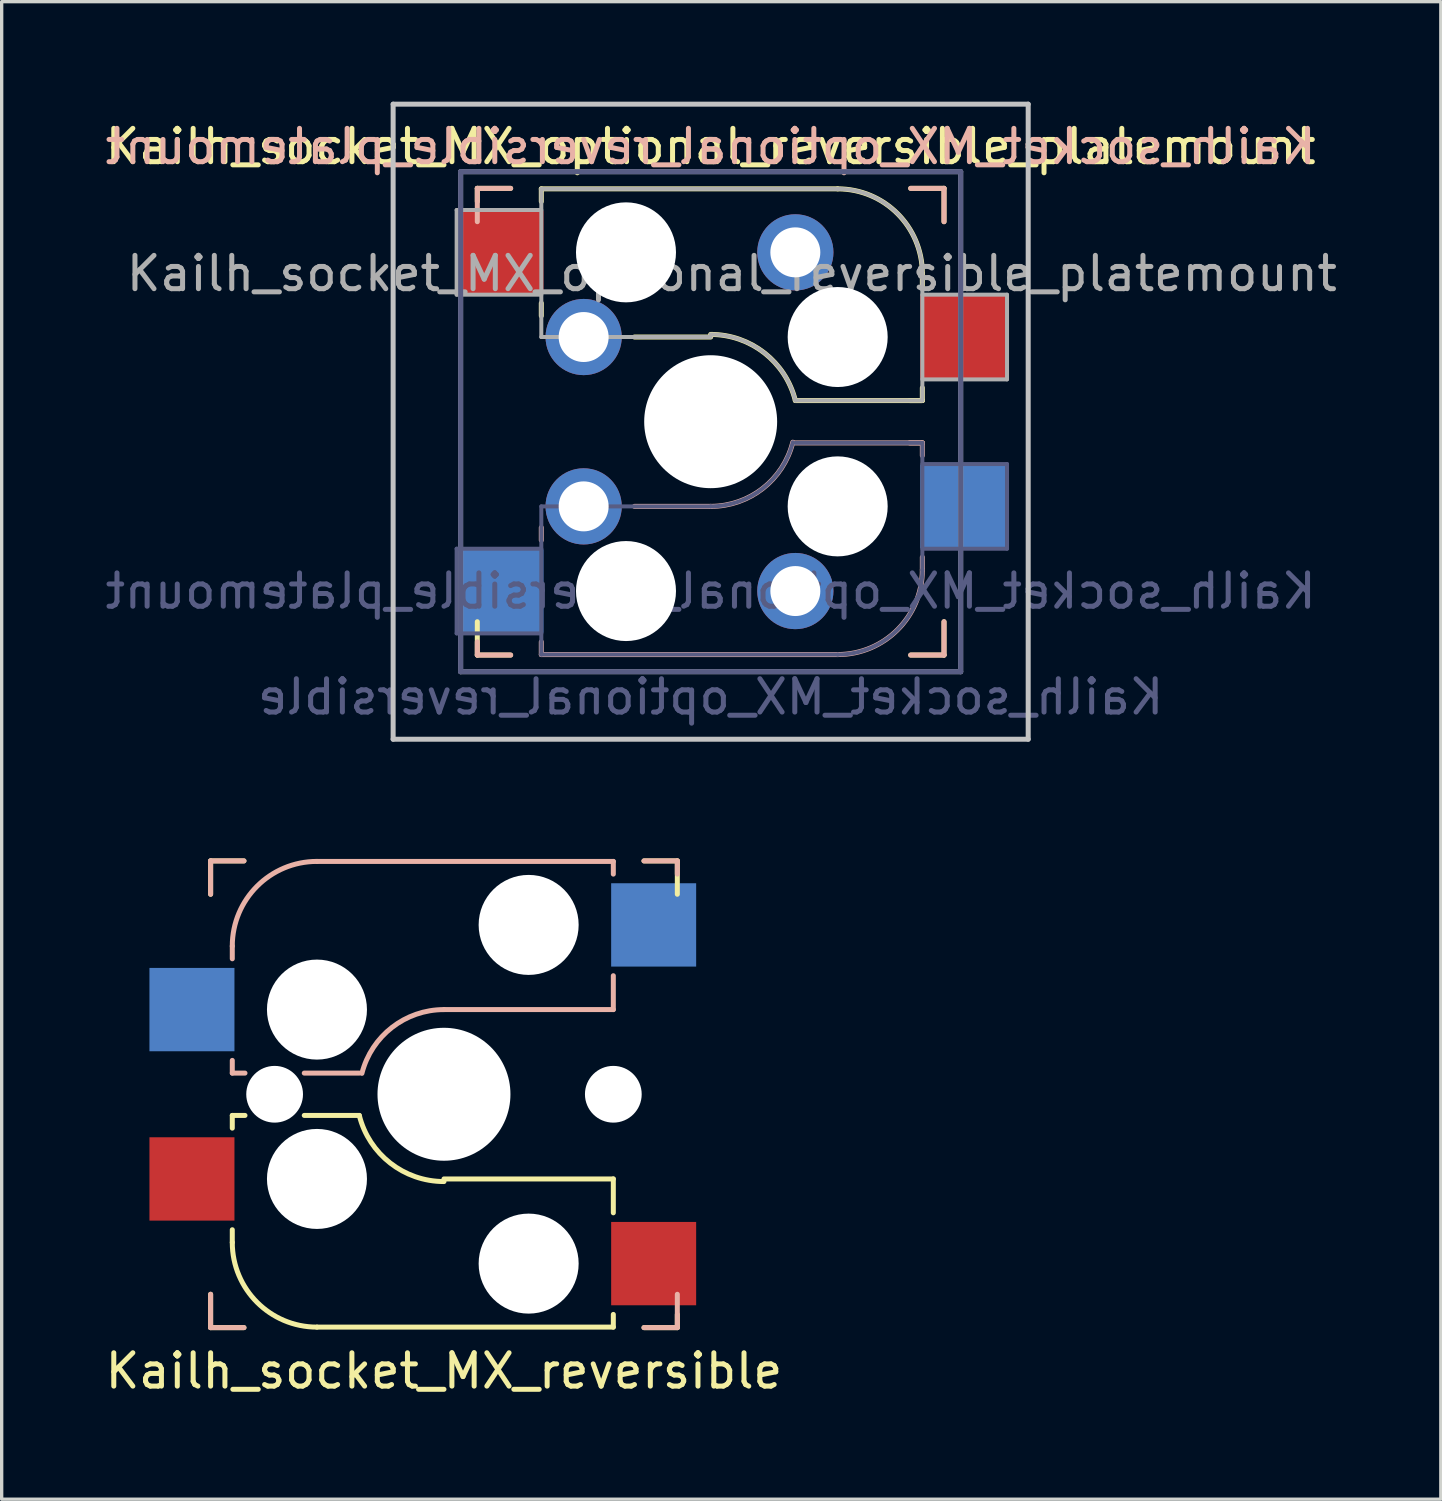
<source format=kicad_pcb>
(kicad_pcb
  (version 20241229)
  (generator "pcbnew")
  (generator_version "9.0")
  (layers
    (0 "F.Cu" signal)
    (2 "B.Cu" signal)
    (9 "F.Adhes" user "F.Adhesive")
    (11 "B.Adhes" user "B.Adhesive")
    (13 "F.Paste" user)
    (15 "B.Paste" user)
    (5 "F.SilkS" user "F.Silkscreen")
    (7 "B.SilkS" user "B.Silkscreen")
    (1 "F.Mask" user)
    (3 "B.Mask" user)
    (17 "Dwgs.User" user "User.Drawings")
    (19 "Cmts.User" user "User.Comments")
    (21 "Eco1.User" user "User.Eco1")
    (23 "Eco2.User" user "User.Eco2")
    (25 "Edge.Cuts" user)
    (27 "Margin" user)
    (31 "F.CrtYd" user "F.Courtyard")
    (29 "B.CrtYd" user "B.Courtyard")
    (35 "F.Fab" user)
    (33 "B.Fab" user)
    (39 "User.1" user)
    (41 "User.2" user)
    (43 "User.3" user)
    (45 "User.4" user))
  (footprint "Kailh_socket_MX_reversible"
    (layer "F.Cu")
    (at 10.268 29.775)
    (property "Reference" "Kailh_socket_MX_reversible" (at 0 8.3 0) (layer "F.SilkS") (effects (font (size 1 1) (thickness 0.15))))
    (attr through_hole)
    (fp_line (start -7 -7) (end -6 -7) (stroke (width 0.15) (type solid)) (layer "F.SilkS"))
    (fp_line (start -7 -6) (end -7 -7) (stroke (width 0.15) (type solid)) (layer "F.SilkS"))
    (fp_line (start -7 7) (end -7 6) (stroke (width 0.15) (type solid)) (layer "F.SilkS"))
    (fp_line (start -6.35 0.635) (end -5.969 0.635) (stroke (width 0.15) (type solid)) (layer "F.SilkS"))
    (fp_line (start -6.35 1.016) (end -6.35 0.635) (stroke (width 0.15) (type solid)) (layer "F.SilkS"))
    (fp_line (start -6.35 4.445) (end -6.35 4.064) (stroke (width 0.15) (type solid)) (layer "F.SilkS"))
    (fp_line (start -6 7) (end -7 7) (stroke (width 0.15) (type solid)) (layer "F.SilkS"))
    (fp_line (start -4.191 0.635) (end -2.54 0.635) (stroke (width 0.15) (type solid)) (layer "F.SilkS"))
    (fp_line (start 0 2.54) (end 5.08 2.54) (stroke (width 0.15) (type solid)) (layer "F.SilkS"))
    (fp_line (start 5.08 2.54) (end 5.08 3.556) (stroke (width 0.15) (type solid)) (layer "F.SilkS"))
    (fp_line (start 5.08 6.604) (end 5.08 6.985) (stroke (width 0.15) (type solid)) (layer "F.SilkS"))
    (fp_line (start 5.08 6.985) (end -3.81 6.985) (stroke (width 0.15) (type solid)) (layer "F.SilkS"))
    (fp_line (start 6 -7) (end 7 -7) (stroke (width 0.15) (type solid)) (layer "F.SilkS"))
    (fp_line (start 7 -7) (end 7 -6) (stroke (width 0.15) (type solid)) (layer "F.SilkS"))
    (fp_line (start 7 6.604) (end 7 7) (stroke (width 0.15) (type solid)) (layer "F.SilkS"))
    (fp_line (start 7 7) (end 6 7) (stroke (width 0.15) (type solid)) (layer "F.SilkS"))
    (fp_arc (start -3.81 6.985) (mid -5.606051 6.241051) (end -6.35 4.445) (stroke (width 0.15) (type solid)) (layer "F.SilkS"))
    (fp_arc (start -0.000001 2.618171) (mid -1.611255 2.063656) (end -2.539999 0.634999) (stroke (width 0.15) (type solid)) (layer "F.SilkS"))
    (fp_line (start -7 -7) (end -6 -7) (stroke (width 0.15) (type solid)) (layer "B.SilkS"))
    (fp_line (start -7 -6) (end -7 -7) (stroke (width 0.15) (type solid)) (layer "B.SilkS"))
    (fp_line (start -7 7) (end -7 6) (stroke (width 0.15) (type solid)) (layer "B.SilkS"))
    (fp_line (start -6.35 -4.445) (end -6.35 -4.064) (stroke (width 0.15) (type solid)) (layer "B.SilkS"))
    (fp_line (start -6.35 -1.016) (end -6.35 -0.635) (stroke (width 0.15) (type solid)) (layer "B.SilkS"))
    (fp_line (start -6.35 -0.635) (end -5.969 -0.635) (stroke (width 0.15) (type solid)) (layer "B.SilkS"))
    (fp_line (start -6 7) (end -7 7) (stroke (width 0.15) (type solid)) (layer "B.SilkS"))
    (fp_line (start -4.191 -0.635) (end -2.54 -0.635) (stroke (width 0.15) (type solid)) (layer "B.SilkS"))
    (fp_line (start 0 -2.54) (end 5.08 -2.54) (stroke (width 0.15) (type solid)) (layer "B.SilkS"))
    (fp_line (start 5.08 -6.985) (end -3.81 -6.985) (stroke (width 0.15) (type solid)) (layer "B.SilkS"))
    (fp_line (start 5.08 -6.604) (end 5.08 -6.985) (stroke (width 0.15) (type solid)) (layer "B.SilkS"))
    (fp_line (start 5.08 -2.54) (end 5.08 -3.556) (stroke (width 0.15) (type solid)) (layer "B.SilkS"))
    (fp_line (start 6 -7) (end 7 -7) (stroke (width 0.15) (type solid)) (layer "B.SilkS"))
    (fp_line (start 7 -7) (end 7 -6.604) (stroke (width 0.15) (type solid)) (layer "B.SilkS"))
    (fp_line (start 7 6) (end 7 7) (stroke (width 0.15) (type solid)) (layer "B.SilkS"))
    (fp_line (start 7 7) (end 6 7) (stroke (width 0.15) (type solid)) (layer "B.SilkS"))
    (fp_arc (start -6.35 -4.445) (mid -5.606051 -6.241051) (end -3.81 -6.985) (stroke (width 0.15) (type solid)) (layer "B.SilkS"))
    (fp_arc (start -2.461268 -0.627503) (mid -1.558484 -2.005674) (end 0 -2.54) (stroke (width 0.15) (type solid)) (layer "B.SilkS"))
    (fp_line (start -7.5 -7.5) (end 7.5 -7.5) (stroke (width 0.15) (type solid)) (layer "Eco2.User"))
    (fp_line (start -7.5 7.5) (end -7.5 -7.5) (stroke (width 0.15) (type solid)) (layer "Eco2.User"))
    (fp_line (start -6.9 6.9) (end -6.9 -6.9) (stroke (width 0.15) (type solid)) (layer "Eco2.User"))
    (fp_line (start -6.9 6.9) (end 6.9 6.9) (stroke (width 0.15) (type solid)) (layer "Eco2.User"))
    (fp_line (start 6.9 -6.9) (end -6.9 -6.9) (stroke (width 0.15) (type solid)) (layer "Eco2.User"))
    (fp_line (start 6.9 -6.9) (end 6.9 6.9) (stroke (width 0.15) (type solid)) (layer "Eco2.User"))
    (fp_line (start 7.5 -7.5) (end 7.5 7.5) (stroke (width 0.15) (type solid)) (layer "Eco2.User"))
    (fp_line (start 7.5 7.5) (end -7.5 7.5) (stroke (width 0.15) (type solid)) (layer "Eco2.User"))
    (pad "" np_thru_hole circle (at -5.08 0) (size 1.702 1.702) (drill 1.702) (layers "*.Cu" "*.Mask"))
    (pad "" np_thru_hole circle (at -3.81 -2.54) (size 3 3) (drill 3) (layers "*.Cu" "*.Mask"))
    (pad "" np_thru_hole circle (at -3.81 2.54) (size 3 3) (drill 3) (layers "*.Cu" "*.Mask"))
    (pad "" np_thru_hole circle (at 0 0) (size 3.988 3.988) (drill 3.988) (layers "*.Cu" "*.Mask"))
    (pad "" np_thru_hole circle (at 2.54 -5.08) (size 3 3) (drill 3) (layers "*.Cu" "*.Mask"))
    (pad "" np_thru_hole circle (at 2.54 5.08) (size 3 3) (drill 3) (layers "*.Cu" "*.Mask"))
    (pad "" np_thru_hole circle (at 5.08 0) (size 1.702 1.702) (drill 1.702) (layers "*.Cu" "*.Mask"))
    (pad "1" smd rect (at 6.29 -5.08) (size 2.55 2.5) (layers "B.Cu" "B.Mask" "B.Paste"))
    (pad "1" smd rect (at 6.29 5.08) (size 2.55 2.5) (layers "F.Cu" "F.Mask" "F.Paste"))
    (pad "2" smd rect (at -7.56 -2.54) (size 2.55 2.5) (layers "B.Cu" "B.Mask" "B.Paste"))
    (pad "2" smd rect (at -7.56 2.54) (size 2.55 2.5) (layers "F.Cu" "F.Mask" "F.Paste")))
  (footprint "Kailh_socket_MX_optional_reversible_platemount"
    (layer "F.Cu")
    (at 18.268 9.6)
    (property "Reference" "Kailh_socket_MX_optional_reversible_platemount" (at 0 -8.255 0) (layer "F.SilkS") (effects (font (size 1 1) (thickness 0.15))))
    (property "Value" "Kailh_socket_MX_optional_reversible" (at 0 8.255 0) (layer "F.Fab") (hide yes) (effects (font (size 1 1) (thickness 0.15))))
    (attr smd)
    (fp_line (start -7 -7) (end -6 -7) (stroke (width 0.15) (type solid)) (layer "F.SilkS"))
    (fp_line (start -7 -6.604) (end -7 -7) (stroke (width 0.15) (type solid)) (layer "F.SilkS"))
    (fp_line (start -7 7) (end -7 6) (stroke (width 0.15) (type solid)) (layer "F.SilkS"))
    (fp_line (start -6 7) (end -7 7) (stroke (width 0.15) (type solid)) (layer "F.SilkS"))
    (fp_line (start -5.08 -6.985) (end -5.08 -6.604) (stroke (width 0.15) (type solid)) (layer "F.SilkS"))
    (fp_line (start -5.08 -3.556) (end -5.08 -3.175) (stroke (width 0.15) (type solid)) (layer "F.SilkS"))
    (fp_line (start -2.286 -2.54) (end 0 -2.54) (stroke (width 0.15) (type solid)) (layer "F.SilkS"))
    (fp_line (start 2.54 -0.635) (end 6.35 -0.635) (stroke (width 0.15) (type solid)) (layer "F.SilkS"))
    (fp_line (start 3.81 -6.985) (end -5.08 -6.985) (stroke (width 0.15) (type solid)) (layer "F.SilkS"))
    (fp_line (start 5.969 -0.635) (end 6.35 -0.635) (stroke (width 0.15) (type solid)) (layer "F.SilkS"))
    (fp_line (start 6 -7) (end 7 -7) (stroke (width 0.15) (type solid)) (layer "F.SilkS"))
    (fp_line (start 6.35 -4.445) (end 6.35 -4.064) (stroke (width 0.15) (type solid)) (layer "F.SilkS"))
    (fp_line (start 6.35 -0.635) (end 6.35 -1.016) (stroke (width 0.15) (type solid)) (layer "F.SilkS"))
    (fp_line (start 7 -7) (end 7 -6) (stroke (width 0.15) (type solid)) (layer "F.SilkS"))
    (fp_line (start 7 6) (end 7 7) (stroke (width 0.15) (type solid)) (layer "F.SilkS"))
    (fp_line (start 7 7) (end 6 7) (stroke (width 0.15) (type solid)) (layer "F.SilkS"))
    (fp_arc (start 0.000001 -2.618171) (mid 1.611255 -2.063656) (end 2.539999 -0.634999) (stroke (width 0.15) (type solid)) (layer "F.SilkS"))
    (fp_arc (start 3.81 -6.985) (mid 5.606051 -6.241051) (end 6.35 -4.445) (stroke (width 0.15) (type solid)) (layer "F.SilkS"))
    (fp_line (start -7 -7) (end -6 -7) (stroke (width 0.15) (type solid)) (layer "B.SilkS"))
    (fp_line (start -7 -6) (end -7 -7) (stroke (width 0.15) (type solid)) (layer "B.SilkS"))
    (fp_line (start -7 7) (end -7 6.604) (stroke (width 0.15) (type solid)) (layer "B.SilkS"))
    (fp_line (start -6 7) (end -7 7) (stroke (width 0.15) (type solid)) (layer "B.SilkS"))
    (fp_line (start -5.08 3.175) (end -5.08 3.556) (stroke (width 0.15) (type solid)) (layer "B.SilkS"))
    (fp_line (start -5.08 6.604) (end -5.08 6.985) (stroke (width 0.15) (type solid)) (layer "B.SilkS"))
    (fp_line (start -5.08 6.985) (end 3.81 6.985) (stroke (width 0.15) (type solid)) (layer "B.SilkS"))
    (fp_line (start 0 2.54) (end -2.286 2.54) (stroke (width 0.15) (type solid)) (layer "B.SilkS"))
    (fp_line (start 6 -7) (end 7 -7) (stroke (width 0.15) (type solid)) (layer "B.SilkS"))
    (fp_line (start 6.35 0.635) (end 2.54 0.635) (stroke (width 0.15) (type solid)) (layer "B.SilkS"))
    (fp_line (start 6.35 0.635) (end 5.969 0.635) (stroke (width 0.15) (type solid)) (layer "B.SilkS"))
    (fp_line (start 6.35 1.016) (end 6.35 0.635) (stroke (width 0.15) (type solid)) (layer "B.SilkS"))
    (fp_line (start 6.35 4.445) (end 6.35 4.064) (stroke (width 0.15) (type solid)) (layer "B.SilkS"))
    (fp_line (start 7 -7) (end 7 -6) (stroke (width 0.15) (type solid)) (layer "B.SilkS"))
    (fp_line (start 7 6) (end 7 7) (stroke (width 0.15) (type solid)) (layer "B.SilkS"))
    (fp_line (start 7 7) (end 6 7) (stroke (width 0.15) (type solid)) (layer "B.SilkS"))
    (fp_arc (start 2.464162 0.61604) (mid 1.563147 2.002042) (end 0 2.54) (stroke (width 0.15) (type solid)) (layer "B.SilkS"))
    (fp_arc (start 6.35 4.445) (mid 5.606051 6.241051) (end 3.81 6.985) (stroke (width 0.15) (type solid)) (layer "B.SilkS"))
    (fp_line (start -9.525 -9.525) (end 9.525 -9.525) (stroke (width 0.15) (type solid)) (layer "Dwgs.User"))
    (fp_line (start -9.525 9.525) (end -9.525 -9.525) (stroke (width 0.15) (type solid)) (layer "Dwgs.User"))
    (fp_line (start 9.525 -9.525) (end 9.525 9.525) (stroke (width 0.15) (type solid)) (layer "Dwgs.User"))
    (fp_line (start 9.525 9.525) (end -9.525 9.525) (stroke (width 0.15) (type solid)) (layer "Dwgs.User"))
    (fp_line (start -6.9 6.9) (end -6.9 -6.9) (stroke (width 0.15) (type solid)) (layer "Eco2.User"))
    (fp_line (start -6.9 6.9) (end 6.9 6.9) (stroke (width 0.15) (type solid)) (layer "Eco2.User"))
    (fp_line (start 6.9 -6.9) (end -6.9 -6.9) (stroke (width 0.15) (type solid)) (layer "Eco2.User"))
    (fp_line (start 6.9 -6.9) (end 6.9 6.9) (stroke (width 0.15) (type solid)) (layer "Eco2.User"))
    (fp_line (start -7.62 3.81) (end -7.62 6.35) (stroke (width 0.12) (type solid)) (layer "B.Fab"))
    (fp_line (start -7.62 6.35) (end -5.08 6.35) (stroke (width 0.12) (type solid)) (layer "B.Fab"))
    (fp_line (start -7.5 -7.5) (end 7.5 -7.5) (stroke (width 0.15) (type solid)) (layer "B.Fab"))
    (fp_line (start -7.5 7.5) (end -7.5 -7.5) (stroke (width 0.15) (type solid)) (layer "B.Fab"))
    (fp_line (start -5.08 2.54) (end -5.08 6.985) (stroke (width 0.12) (type solid)) (layer "B.Fab"))
    (fp_line (start -5.08 3.81) (end -7.62 3.81) (stroke (width 0.12) (type solid)) (layer "B.Fab"))
    (fp_line (start -5.08 6.985) (end 3.81 6.985) (stroke (width 0.12) (type solid)) (layer "B.Fab"))
    (fp_line (start 0 2.54) (end -5.08 2.54) (stroke (width 0.12) (type solid)) (layer "B.Fab"))
    (fp_line (start 6.35 0.635) (end 2.54 0.635) (stroke (width 0.12) (type solid)) (layer "B.Fab"))
    (fp_line (start 6.35 3.81) (end 8.89 3.81) (stroke (width 0.12) (type solid)) (layer "B.Fab"))
    (fp_line (start 6.35 4.445) (end 6.35 0.635) (stroke (width 0.12) (type solid)) (layer "B.Fab"))
    (fp_line (start 7.5 -7.5) (end 7.5 7.5) (stroke (width 0.15) (type solid)) (layer "B.Fab"))
    (fp_line (start 7.5 7.5) (end -7.5 7.5) (stroke (width 0.15) (type solid)) (layer "B.Fab"))
    (fp_line (start 8.89 1.27) (end 6.35 1.27) (stroke (width 0.12) (type solid)) (layer "B.Fab"))
    (fp_line (start 8.89 3.81) (end 8.89 1.27) (stroke (width 0.12) (type solid)) (layer "B.Fab"))
    (fp_arc (start 2.464162 0.61604) (mid 1.563147 2.002042) (end 0 2.54) (stroke (width 0.12) (type solid)) (layer "B.Fab"))
    (fp_arc (start 6.35 4.445) (mid 5.606051 6.241051) (end 3.81 6.985) (stroke (width 0.12) (type solid)) (layer "B.Fab"))
    (fp_line (start -7.62 -6.35) (end -7.62 -3.81) (stroke (width 0.12) (type solid)) (layer "F.Fab"))
    (fp_line (start -7.62 -3.81) (end -5.08 -3.81) (stroke (width 0.12) (type solid)) (layer "F.Fab"))
    (fp_line (start -7.5 -7.5) (end 7.5 -7.5) (stroke (width 0.15) (type solid)) (layer "F.Fab"))
    (fp_line (start -7.5 7.5) (end -7.5 -7.5) (stroke (width 0.15) (type solid)) (layer "F.Fab"))
    (fp_line (start -5.08 -6.985) (end -5.08 -2.54) (stroke (width 0.12) (type solid)) (layer "F.Fab"))
    (fp_line (start -5.08 -6.35) (end -7.62 -6.35) (stroke (width 0.12) (type solid)) (layer "F.Fab"))
    (fp_line (start -5.08 -2.54) (end 0 -2.54) (stroke (width 0.12) (type solid)) (layer "F.Fab"))
    (fp_line (start 2.54 -0.635) (end 6.35 -0.635) (stroke (width 0.12) (type solid)) (layer "F.Fab"))
    (fp_line (start 3.81 -6.985) (end -5.08 -6.985) (stroke (width 0.12) (type solid)) (layer "F.Fab"))
    (fp_line (start 6.35 -1.27) (end 8.89 -1.27) (stroke (width 0.12) (type solid)) (layer "F.Fab"))
    (fp_line (start 6.35 -0.635) (end 6.35 -4.445) (stroke (width 0.12) (type solid)) (layer "F.Fab"))
    (fp_line (start 7.5 -7.5) (end 7.5 7.5) (stroke (width 0.15) (type solid)) (layer "F.Fab"))
    (fp_line (start 7.5 7.5) (end -7.5 7.5) (stroke (width 0.15) (type solid)) (layer "F.Fab"))
    (fp_line (start 8.89 -3.81) (end 6.35 -3.81) (stroke (width 0.12) (type solid)) (layer "F.Fab"))
    (fp_line (start 8.89 -1.27) (end 8.89 -3.81) (stroke (width 0.12) (type solid)) (layer "F.Fab"))
    (fp_arc (start 0.000001 -2.618171) (mid 1.611255 -2.063656) (end 2.539999 -0.634999) (stroke (width 0.12) (type solid)) (layer "F.Fab"))
    (fp_arc (start 3.81 -6.985) (mid 5.606051 -6.241051) (end 6.35 -4.445) (stroke (width 0.12) (type solid)) (layer "F.Fab"))
    (fp_text user "${REFERENCE}" (at 0 -8.255 0) (layer "B.SilkS") (effects (font (size 1 1) (thickness 0.15)) (justify mirror)))
    (fp_text user "${VALUE}" (at 0 8.255 0) (layer "B.Fab") (effects (font (size 1 1) (thickness 0.15)) (justify mirror)))
    (fp_text user "${REFERENCE}" (at 0 5.08 0) (layer "B.Fab") (effects (font (size 1 1) (thickness 0.15)) (justify mirror)))
    (fp_text user "${REFERENCE}" (at 0.635 -4.445 0) (layer "F.Fab") (effects (font (size 1 1) (thickness 0.15))))
    (pad "" np_thru_hole circle (at -2.54 -5.08) (size 3 3) (drill 3) (layers "*.Cu" "*.Mask"))
    (pad "" np_thru_hole circle (at -2.54 5.08) (size 3 3) (drill 3) (layers "*.Cu" "*.Mask"))
    (pad "" np_thru_hole circle (at 0 0) (size 3.988 3.988) (drill 3.988) (layers "*.Cu" "*.Mask"))
    (pad "" np_thru_hole circle (at 3.81 -2.54) (size 3 3) (drill 3) (layers "*.Cu" "*.Mask"))
    (pad "" np_thru_hole circle (at 3.81 2.54) (size 3 3) (drill 3) (layers "*.Cu" "*.Mask"))
    (pad "1" smd rect (at -6.29 -5.08) (size 2.55 2.5) (layers "F.Cu" "F.Mask" "F.Paste"))
    (pad "1" smd rect (at -6.29 5.08) (size 2.55 2.5) (layers "B.Cu" "B.Mask" "B.Paste"))
    (pad "1" thru_hole circle (at -3.81 -2.54) (size 2.286 2.286) (drill 1.499) (layers "*.Cu" "*.Mask"))
    (pad "1" thru_hole circle (at -3.81 2.54) (size 2.286 2.286) (drill 1.499) (layers "*.Cu" "*.Mask"))
    (pad "2" thru_hole circle (at 2.54 -5.08) (size 2.286 2.286) (drill 1.499) (layers "*.Cu" "*.Mask"))
    (pad "2" thru_hole circle (at 2.54 5.08) (size 2.286 2.286) (drill 1.499) (layers "*.Cu" "*.Mask"))
    (pad "2" smd rect (at 7.56 -2.54) (size 2.55 2.5) (layers "F.Cu" "F.Mask" "F.Paste"))
    (pad "2" smd rect (at 7.56 2.54) (size 2.55 2.5) (layers "B.Cu" "B.Mask" "B.Paste")))
  (gr_rect
    (start -3 -3)
    (end 40.171 41.923)
    (stroke (width 0.1) (type default))
    (fill no)
    (layer "Edge.Cuts")))
</source>
